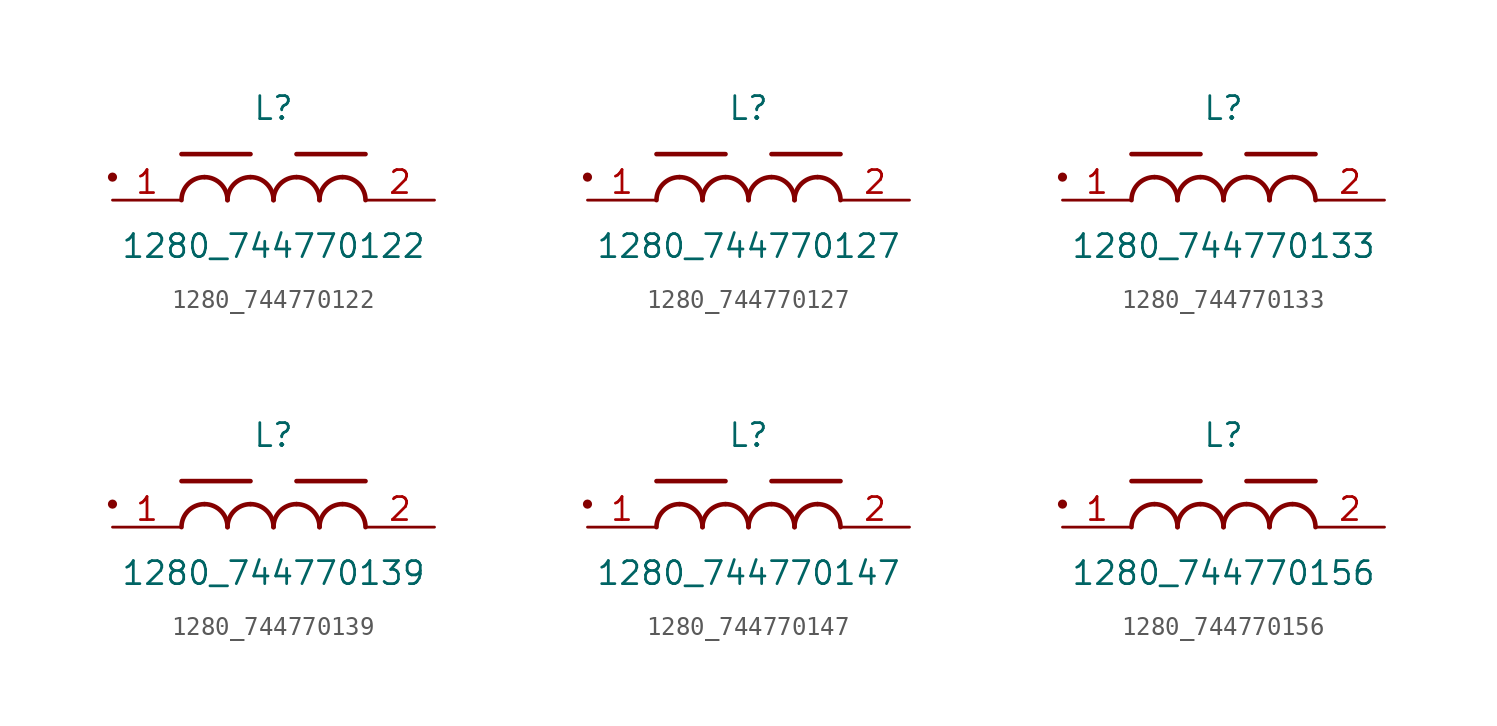
<source format=kicad_sym>
(kicad_symbol_lib
  (version 20211014)
  (generator kicad_symbol_editor)
  (symbol "Inductor_Wurth_WE-PD:1280_744770122"
    (pin_names hide)
    (property "Reference" "L"
      (at 0 5.08 0)
      (effects (font (size 1.27 1.27))))
    (property "Value" "1280_744770122"
      (at 0 -2.54 0)
      (effects (font (size 1.27 1.27))))
    (symbol "1280_744770122_0_1"
      (circle (center -8.89 1.27) (radius 0.0001) (stroke (width 0.254)) (stroke (width 0.254) (type default) (color 0 0 0 0)) (fill (type none)))
      (arc (start -3.81 1.27) (mid -4.708 0.898) (end -5.08 0) (stroke (width 0.254) (type default) (color 0 0 0 0)) (fill (type none)))
      (arc (start -2.54 0) (mid -2.912 0.898) (end -3.81 1.27) (stroke (width 0.254) (type default) (color 0 0 0 0)) (fill (type none)))
      (arc (start -1.2699 1.2701) (mid -2.1679 0.8981) (end -2.5399 0.0001) (stroke (width 0.254) (type default) (color 0 0 0 0)) (fill (type none)))
      (polyline (pts (xy -5.08 2.54) (xy -1.27 2.54)) (stroke (width 0.254) (type default) (color 0 0 0 0)) (fill (type none)))
      (polyline (pts (xy 5.08 2.54) (xy 1.27 2.54)) (stroke (width 0.254) (type default) (color 0 0 0 0)) (fill (type none)))
      (arc (start 0.0001 0.0001) (mid -0.3719 0.8981) (end -1.2699 1.2701) (stroke (width 0.254) (type default) (color 0 0 0 0)) (fill (type none)))
      (arc (start 1.2701 1.2701) (mid 0.3721 0.8981) (end 0.0001 0.0001) (stroke (width 0.254) (type default) (color 0 0 0 0)) (fill (type none)))
      (arc (start 2.5401 0.0001) (mid 2.1681 0.8981) (end 1.2701 1.2701) (stroke (width 0.254) (type default) (color 0 0 0 0)) (fill (type none)))
      (arc (start 3.8101 1.2701) (mid 2.9121 0.8981) (end 2.5401 0.0001) (stroke (width 0.254) (type default) (color 0 0 0 0)) (fill (type none)))
      (arc (start 5.0801 0.0001) (mid 4.7081 0.8981) (end 3.8101 1.2701) (stroke (width 0.254) (type default) (color 0 0 0 0)) (fill (type none))))
    (symbol "1280_744770122_1_1"
      (pin passive line (at -8.89 0 0) (length 3.81) (name "1" (effects (font (size 1.27 1.27)))) (number "1" (effects (font (size 1.27 1.27)))))
      (pin passive line (at 8.89 0 180) (length 3.81) (name "2" (effects (font (size 1.27 1.27)))) (number "2" (effects (font (size 1.27 1.27)))))))
  (symbol "Inductor_Wurth_WE-PD:1280_744770127"
    (pin_names hide)
    (property "Reference" "L"
      (at 0 5.08 0)
      (effects (font (size 1.27 1.27))))
    (property "Value" "1280_744770127"
      (at 0 -2.54 0)
      (effects (font (size 1.27 1.27))))
    (symbol "1280_744770127_0_1"
      (circle (center -8.89 1.27) (radius 0.0001) (stroke (width 0.254)) (stroke (width 0.254) (type default) (color 0 0 0 0)) (fill (type none)))
      (arc (start -3.81 1.27) (mid -4.708 0.898) (end -5.08 0) (stroke (width 0.254) (type default) (color 0 0 0 0)) (fill (type none)))
      (arc (start -2.54 0) (mid -2.912 0.898) (end -3.81 1.27) (stroke (width 0.254) (type default) (color 0 0 0 0)) (fill (type none)))
      (arc (start -1.2699 1.2701) (mid -2.1679 0.8981) (end -2.5399 0.0001) (stroke (width 0.254) (type default) (color 0 0 0 0)) (fill (type none)))
      (polyline (pts (xy -5.08 2.54) (xy -1.27 2.54)) (stroke (width 0.254) (type default) (color 0 0 0 0)) (fill (type none)))
      (polyline (pts (xy 5.08 2.54) (xy 1.27 2.54)) (stroke (width 0.254) (type default) (color 0 0 0 0)) (fill (type none)))
      (arc (start 0.0001 0.0001) (mid -0.3719 0.8981) (end -1.2699 1.2701) (stroke (width 0.254) (type default) (color 0 0 0 0)) (fill (type none)))
      (arc (start 1.2701 1.2701) (mid 0.3721 0.8981) (end 0.0001 0.0001) (stroke (width 0.254) (type default) (color 0 0 0 0)) (fill (type none)))
      (arc (start 2.5401 0.0001) (mid 2.1681 0.8981) (end 1.2701 1.2701) (stroke (width 0.254) (type default) (color 0 0 0 0)) (fill (type none)))
      (arc (start 3.8101 1.2701) (mid 2.9121 0.8981) (end 2.5401 0.0001) (stroke (width 0.254) (type default) (color 0 0 0 0)) (fill (type none)))
      (arc (start 5.0801 0.0001) (mid 4.7081 0.8981) (end 3.8101 1.2701) (stroke (width 0.254) (type default) (color 0 0 0 0)) (fill (type none))))
    (symbol "1280_744770127_1_1"
      (pin passive line (at -8.89 0 0) (length 3.81) (name "1" (effects (font (size 1.27 1.27)))) (number "1" (effects (font (size 1.27 1.27)))))
      (pin passive line (at 8.89 0 180) (length 3.81) (name "2" (effects (font (size 1.27 1.27)))) (number "2" (effects (font (size 1.27 1.27)))))))
  (symbol "Inductor_Wurth_WE-PD:1280_744770133"
    (pin_names hide)
    (property "Reference" "L"
      (at 0 5.08 0)
      (effects (font (size 1.27 1.27))))
    (property "Value" "1280_744770133"
      (at 0 -2.54 0)
      (effects (font (size 1.27 1.27))))
    (symbol "1280_744770133_0_1"
      (circle (center -8.89 1.27) (radius 0.0001) (stroke (width 0.254)) (stroke (width 0.254) (type default) (color 0 0 0 0)) (fill (type none)))
      (arc (start -3.81 1.27) (mid -4.708 0.898) (end -5.08 0) (stroke (width 0.254) (type default) (color 0 0 0 0)) (fill (type none)))
      (arc (start -2.54 0) (mid -2.912 0.898) (end -3.81 1.27) (stroke (width 0.254) (type default) (color 0 0 0 0)) (fill (type none)))
      (arc (start -1.2699 1.2701) (mid -2.1679 0.8981) (end -2.5399 0.0001) (stroke (width 0.254) (type default) (color 0 0 0 0)) (fill (type none)))
      (polyline (pts (xy -5.08 2.54) (xy -1.27 2.54)) (stroke (width 0.254) (type default) (color 0 0 0 0)) (fill (type none)))
      (polyline (pts (xy 5.08 2.54) (xy 1.27 2.54)) (stroke (width 0.254) (type default) (color 0 0 0 0)) (fill (type none)))
      (arc (start 0.0001 0.0001) (mid -0.3719 0.8981) (end -1.2699 1.2701) (stroke (width 0.254) (type default) (color 0 0 0 0)) (fill (type none)))
      (arc (start 1.2701 1.2701) (mid 0.3721 0.8981) (end 0.0001 0.0001) (stroke (width 0.254) (type default) (color 0 0 0 0)) (fill (type none)))
      (arc (start 2.5401 0.0001) (mid 2.1681 0.8981) (end 1.2701 1.2701) (stroke (width 0.254) (type default) (color 0 0 0 0)) (fill (type none)))
      (arc (start 3.8101 1.2701) (mid 2.9121 0.8981) (end 2.5401 0.0001) (stroke (width 0.254) (type default) (color 0 0 0 0)) (fill (type none)))
      (arc (start 5.0801 0.0001) (mid 4.7081 0.8981) (end 3.8101 1.2701) (stroke (width 0.254) (type default) (color 0 0 0 0)) (fill (type none))))
    (symbol "1280_744770133_1_1"
      (pin passive line (at -8.89 0 0) (length 3.81) (name "1" (effects (font (size 1.27 1.27)))) (number "1" (effects (font (size 1.27 1.27)))))
      (pin passive line (at 8.89 0 180) (length 3.81) (name "2" (effects (font (size 1.27 1.27)))) (number "2" (effects (font (size 1.27 1.27)))))))
  (symbol "Inductor_Wurth_WE-PD:1280_744770139"
    (pin_names hide)
    (property "Reference" "L"
      (at 0 5.08 0)
      (effects (font (size 1.27 1.27))))
    (property "Value" "1280_744770139"
      (at 0 -2.54 0)
      (effects (font (size 1.27 1.27))))
    (symbol "1280_744770139_0_1"
      (circle (center -8.89 1.27) (radius 0.0001) (stroke (width 0.254)) (stroke (width 0.254) (type default) (color 0 0 0 0)) (fill (type none)))
      (arc (start -3.81 1.27) (mid -4.708 0.898) (end -5.08 0) (stroke (width 0.254) (type default) (color 0 0 0 0)) (fill (type none)))
      (arc (start -2.54 0) (mid -2.912 0.898) (end -3.81 1.27) (stroke (width 0.254) (type default) (color 0 0 0 0)) (fill (type none)))
      (arc (start -1.2699 1.2701) (mid -2.1679 0.8981) (end -2.5399 0.0001) (stroke (width 0.254) (type default) (color 0 0 0 0)) (fill (type none)))
      (polyline (pts (xy -5.08 2.54) (xy -1.27 2.54)) (stroke (width 0.254) (type default) (color 0 0 0 0)) (fill (type none)))
      (polyline (pts (xy 5.08 2.54) (xy 1.27 2.54)) (stroke (width 0.254) (type default) (color 0 0 0 0)) (fill (type none)))
      (arc (start 0.0001 0.0001) (mid -0.3719 0.8981) (end -1.2699 1.2701) (stroke (width 0.254) (type default) (color 0 0 0 0)) (fill (type none)))
      (arc (start 1.2701 1.2701) (mid 0.3721 0.8981) (end 0.0001 0.0001) (stroke (width 0.254) (type default) (color 0 0 0 0)) (fill (type none)))
      (arc (start 2.5401 0.0001) (mid 2.1681 0.8981) (end 1.2701 1.2701) (stroke (width 0.254) (type default) (color 0 0 0 0)) (fill (type none)))
      (arc (start 3.8101 1.2701) (mid 2.9121 0.8981) (end 2.5401 0.0001) (stroke (width 0.254) (type default) (color 0 0 0 0)) (fill (type none)))
      (arc (start 5.0801 0.0001) (mid 4.7081 0.8981) (end 3.8101 1.2701) (stroke (width 0.254) (type default) (color 0 0 0 0)) (fill (type none))))
    (symbol "1280_744770139_1_1"
      (pin passive line (at -8.89 0 0) (length 3.81) (name "1" (effects (font (size 1.27 1.27)))) (number "1" (effects (font (size 1.27 1.27)))))
      (pin passive line (at 8.89 0 180) (length 3.81) (name "2" (effects (font (size 1.27 1.27)))) (number "2" (effects (font (size 1.27 1.27)))))))
  (symbol "Inductor_Wurth_WE-PD:1280_744770147"
    (pin_names hide)
    (property "Reference" "L"
      (at 0 5.08 0)
      (effects (font (size 1.27 1.27))))
    (property "Value" "1280_744770147"
      (at 0 -2.54 0)
      (effects (font (size 1.27 1.27))))
    (symbol "1280_744770147_0_1"
      (circle (center -8.89 1.27) (radius 0.0001) (stroke (width 0.254)) (stroke (width 0.254) (type default) (color 0 0 0 0)) (fill (type none)))
      (arc (start -3.81 1.27) (mid -4.708 0.898) (end -5.08 0) (stroke (width 0.254) (type default) (color 0 0 0 0)) (fill (type none)))
      (arc (start -2.54 0) (mid -2.912 0.898) (end -3.81 1.27) (stroke (width 0.254) (type default) (color 0 0 0 0)) (fill (type none)))
      (arc (start -1.2699 1.2701) (mid -2.1679 0.8981) (end -2.5399 0.0001) (stroke (width 0.254) (type default) (color 0 0 0 0)) (fill (type none)))
      (polyline (pts (xy -5.08 2.54) (xy -1.27 2.54)) (stroke (width 0.254) (type default) (color 0 0 0 0)) (fill (type none)))
      (polyline (pts (xy 5.08 2.54) (xy 1.27 2.54)) (stroke (width 0.254) (type default) (color 0 0 0 0)) (fill (type none)))
      (arc (start 0.0001 0.0001) (mid -0.3719 0.8981) (end -1.2699 1.2701) (stroke (width 0.254) (type default) (color 0 0 0 0)) (fill (type none)))
      (arc (start 1.2701 1.2701) (mid 0.3721 0.8981) (end 0.0001 0.0001) (stroke (width 0.254) (type default) (color 0 0 0 0)) (fill (type none)))
      (arc (start 2.5401 0.0001) (mid 2.1681 0.8981) (end 1.2701 1.2701) (stroke (width 0.254) (type default) (color 0 0 0 0)) (fill (type none)))
      (arc (start 3.8101 1.2701) (mid 2.9121 0.8981) (end 2.5401 0.0001) (stroke (width 0.254) (type default) (color 0 0 0 0)) (fill (type none)))
      (arc (start 5.0801 0.0001) (mid 4.7081 0.8981) (end 3.8101 1.2701) (stroke (width 0.254) (type default) (color 0 0 0 0)) (fill (type none))))
    (symbol "1280_744770147_1_1"
      (pin passive line (at -8.89 0 0) (length 3.81) (name "1" (effects (font (size 1.27 1.27)))) (number "1" (effects (font (size 1.27 1.27)))))
      (pin passive line (at 8.89 0 180) (length 3.81) (name "2" (effects (font (size 1.27 1.27)))) (number "2" (effects (font (size 1.27 1.27)))))))
  (symbol "Inductor_Wurth_WE-PD:1280_744770156"
    (pin_names hide)
    (property "Reference" "L"
      (at 0 5.08 0)
      (effects (font (size 1.27 1.27))))
    (property "Value" "1280_744770156"
      (at 0 -2.54 0)
      (effects (font (size 1.27 1.27))))
    (symbol "1280_744770156_0_1"
      (circle (center -8.89 1.27) (radius 0.0001) (stroke (width 0.254)) (stroke (width 0.254) (type default) (color 0 0 0 0)) (fill (type none)))
      (arc (start -3.81 1.27) (mid -4.708 0.898) (end -5.08 0) (stroke (width 0.254) (type default) (color 0 0 0 0)) (fill (type none)))
      (arc (start -2.54 0) (mid -2.912 0.898) (end -3.81 1.27) (stroke (width 0.254) (type default) (color 0 0 0 0)) (fill (type none)))
      (arc (start -1.2699 1.2701) (mid -2.1679 0.8981) (end -2.5399 0.0001) (stroke (width 0.254) (type default) (color 0 0 0 0)) (fill (type none)))
      (polyline (pts (xy -5.08 2.54) (xy -1.27 2.54)) (stroke (width 0.254) (type default) (color 0 0 0 0)) (fill (type none)))
      (polyline (pts (xy 5.08 2.54) (xy 1.27 2.54)) (stroke (width 0.254) (type default) (color 0 0 0 0)) (fill (type none)))
      (arc (start 0.0001 0.0001) (mid -0.3719 0.8981) (end -1.2699 1.2701) (stroke (width 0.254) (type default) (color 0 0 0 0)) (fill (type none)))
      (arc (start 1.2701 1.2701) (mid 0.3721 0.8981) (end 0.0001 0.0001) (stroke (width 0.254) (type default) (color 0 0 0 0)) (fill (type none)))
      (arc (start 2.5401 0.0001) (mid 2.1681 0.8981) (end 1.2701 1.2701) (stroke (width 0.254) (type default) (color 0 0 0 0)) (fill (type none)))
      (arc (start 3.8101 1.2701) (mid 2.9121 0.8981) (end 2.5401 0.0001) (stroke (width 0.254) (type default) (color 0 0 0 0)) (fill (type none)))
      (arc (start 5.0801 0.0001) (mid 4.7081 0.8981) (end 3.8101 1.2701) (stroke (width 0.254) (type default) (color 0 0 0 0)) (fill (type none))))
    (symbol "1280_744770156_1_1"
      (pin passive line (at -8.89 0 0) (length 3.81) (name "1" (effects (font (size 1.27 1.27)))) (number "1" (effects (font (size 1.27 1.27)))))
      (pin passive line (at 8.89 0 180) (length 3.81) (name "2" (effects (font (size 1.27 1.27)))) (number "2" (effects (font (size 1.27 1.27))))))))
</source>
